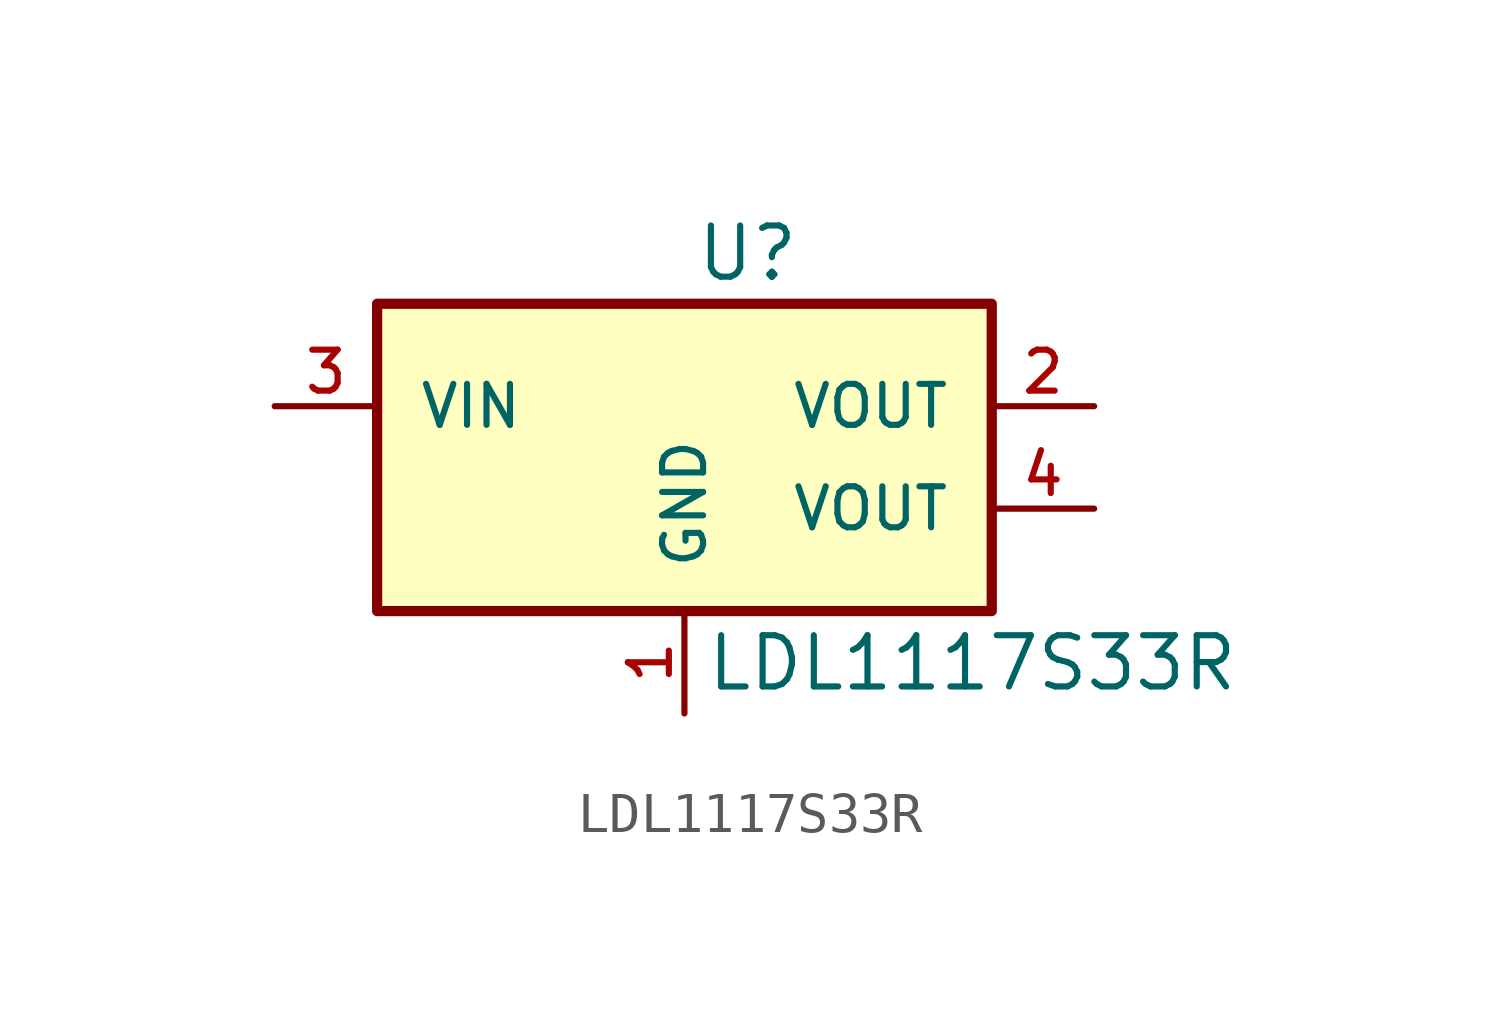
<source format=kicad_sym>
(kicad_symbol_lib
  (version 20231120)
  (generator "kicad_symbol_editor")
  (generator_version "8.0")
  (symbol "LDL1117S33R"
    (pin_names
      (offset 1.016))
    (property "Reference" "U"
      (at 0.254 4.318 0)
      (effects (font (size 1.27 1.27)) (justify left bottom)))
    (property "Value" "LDL1117S33R"
      (at 0.508 -5.842 0)
      (effects (font (size 1.27 1.27)) (justify left bottom)))
    (symbol "LDL1117S33R_0_0"
      (rectangle (start -7.62 3.81) (end 7.62 -3.81) (stroke (width 0.254) (type default)) (fill (type background)))
      (pin input line (at 0 -6.35 90) (length 2.54) (name "GND" (effects (font (size 1.016 1.016)))) (number "1" (effects (font (size 1.016 1.016)))))
      (pin power_out line (at 10.16 1.27 180) (length 2.54) (name "VOUT" (effects (font (size 1.016 1.016)))) (number "2" (effects (font (size 1.016 1.016)))))
      (pin power_in line (at -10.16 1.27 0) (length 2.54) (name "VIN" (effects (font (size 1.016 1.016)))) (number "3" (effects (font (size 1.016 1.016)))))
      (pin passive line (at 10.16 -1.27 180) (length 2.54) (name "VOUT" (effects (font (size 1.016 1.016)))) (number "4" (effects (font (size 1.016 1.016))))))))
</source>
